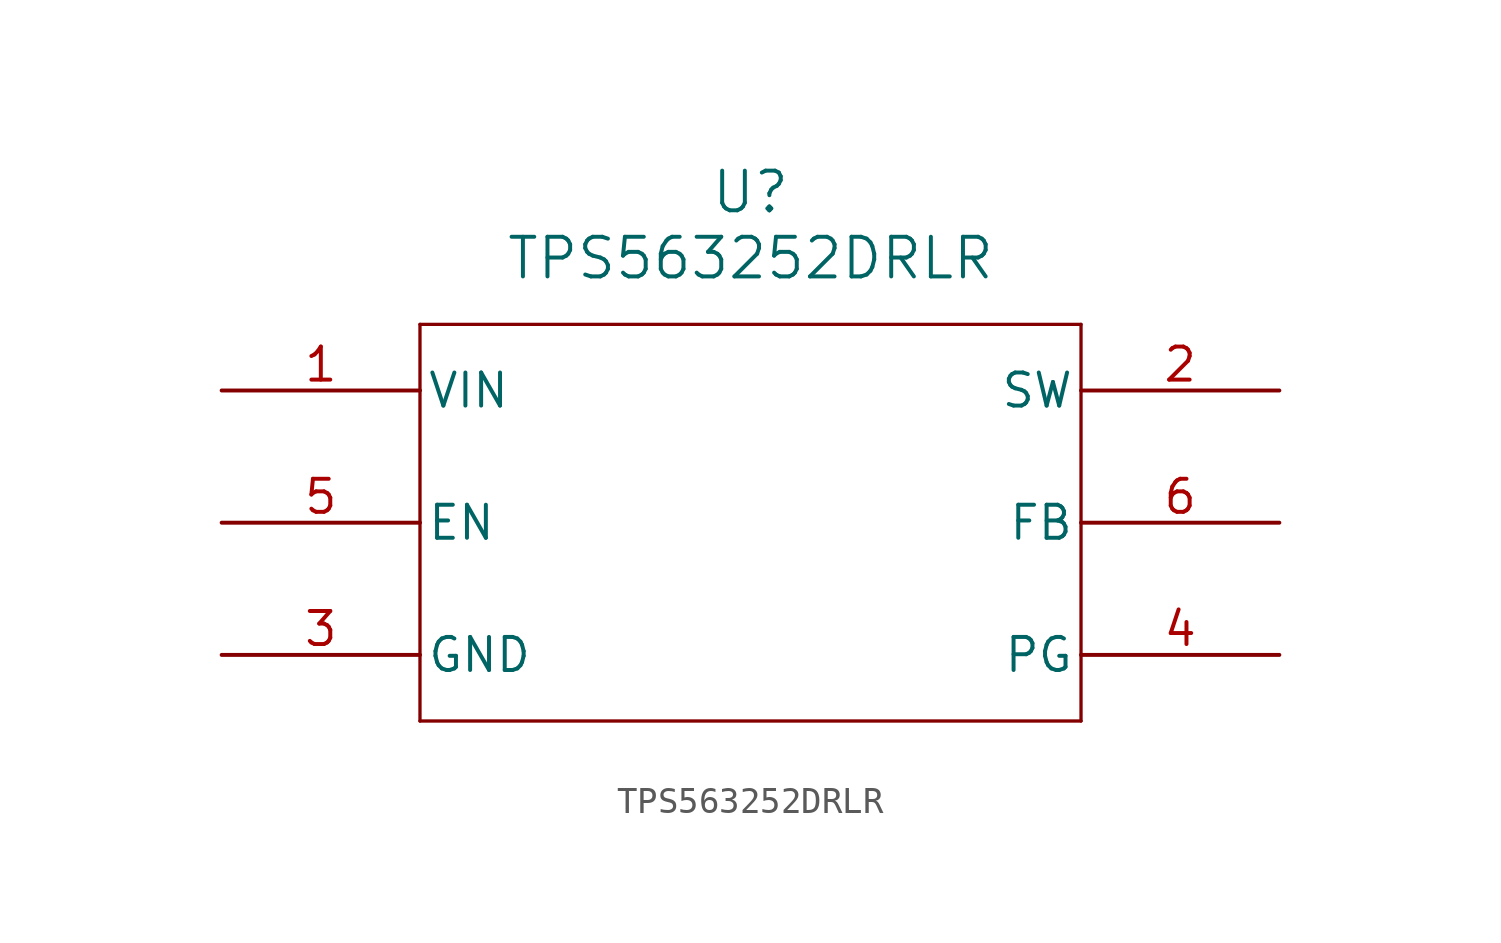
<source format=kicad_sym>
(kicad_symbol_lib
  (version 20241209)
  (generator "kicad_symbol_editor")
  (generator_version "9.0")
  (symbol "TPS563252DRLR"
    (pin_names
      (offset 0.254))
    (property "Reference" "U"
      (at 20.32 10.16 0)
      (effects (font (size 1.524 1.524))))
    (property "Value" "TPS563252DRLR"
      (at 20.32 7.62 0)
      (effects (font (size 1.524 1.524))))
    (property "ki_locked" ""
      (at 0 0 0)
      (effects (font (size 1.27 1.27))))
    (symbol "TPS563252DRLR_0_1"
      (polyline (pts (xy 7.62 5.08) (xy 7.62 -10.16)) (stroke (width 0.127) (type default)) (fill (type none)))
      (polyline (pts (xy 7.62 -10.16) (xy 33.02 -10.16)) (stroke (width 0.127) (type default)) (fill (type none)))
      (polyline (pts (xy 33.02 5.08) (xy 7.62 5.08)) (stroke (width 0.127) (type default)) (fill (type none)))
      (polyline (pts (xy 33.02 -10.16) (xy 33.02 5.08)) (stroke (width 0.127) (type default)) (fill (type none)))
      (pin power_in line (at 0 2.54 0) (length 7.62) (name "VIN" (effects (font (size 1.27 1.27)))) (number "1" (effects (font (size 1.27 1.27)))))
      (pin unspecified line (at 0 -2.54 0) (length 7.62) (name "EN" (effects (font (size 1.27 1.27)))) (number "5" (effects (font (size 1.27 1.27)))))
      (pin power_out line (at 0 -7.62 0) (length 7.62) (name "GND" (effects (font (size 1.27 1.27)))) (number "3" (effects (font (size 1.27 1.27)))))
      (pin power_in line (at 40.64 2.54 180) (length 7.62) (name "SW" (effects (font (size 1.27 1.27)))) (number "2" (effects (font (size 1.27 1.27)))))
      (pin unspecified line (at 40.64 -2.54 180) (length 7.62) (name "FB" (effects (font (size 1.27 1.27)))) (number "6" (effects (font (size 1.27 1.27)))))
      (pin unspecified line (at 40.64 -7.62 180) (length 7.62) (name "PG" (effects (font (size 1.27 1.27)))) (number "4" (effects (font (size 1.27 1.27))))))))
</source>
